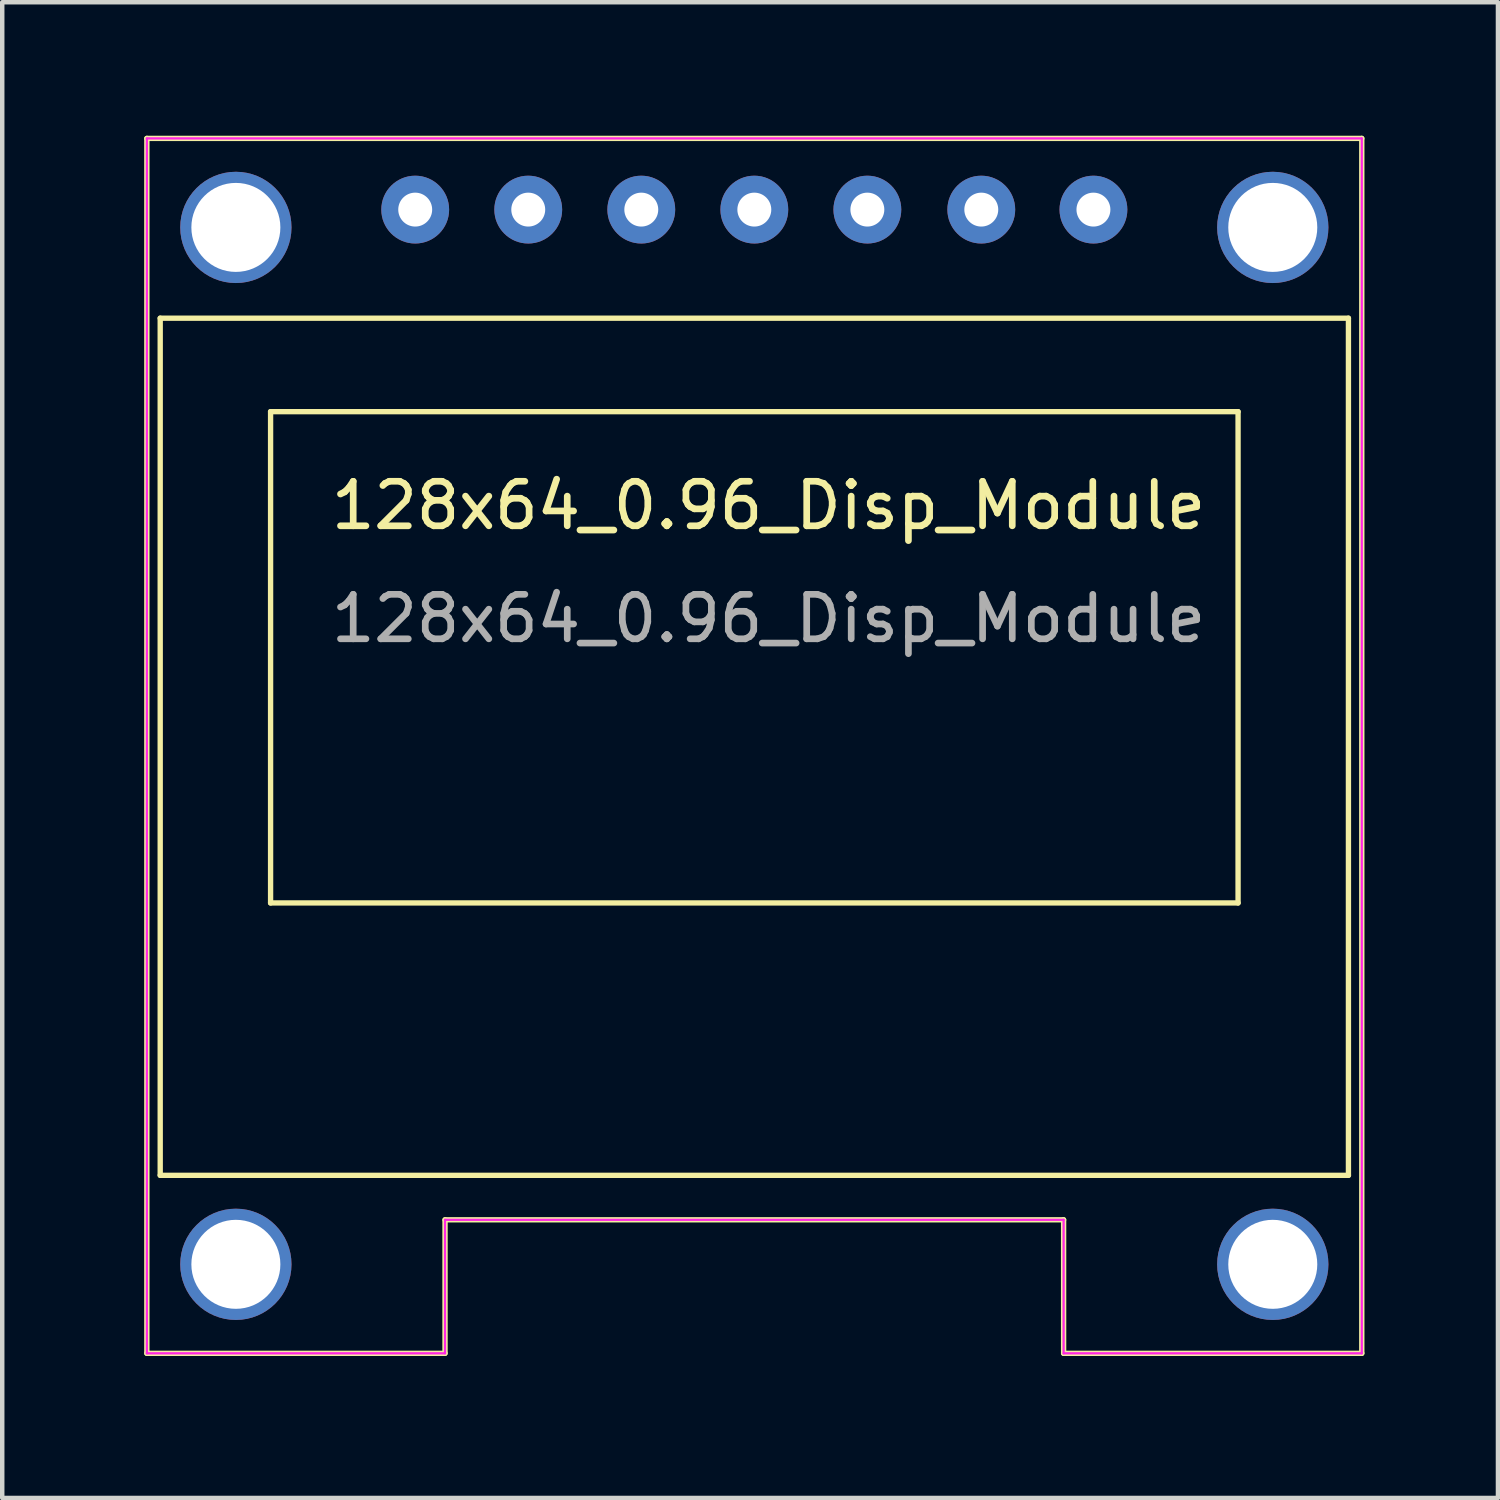
<source format=kicad_pcb>
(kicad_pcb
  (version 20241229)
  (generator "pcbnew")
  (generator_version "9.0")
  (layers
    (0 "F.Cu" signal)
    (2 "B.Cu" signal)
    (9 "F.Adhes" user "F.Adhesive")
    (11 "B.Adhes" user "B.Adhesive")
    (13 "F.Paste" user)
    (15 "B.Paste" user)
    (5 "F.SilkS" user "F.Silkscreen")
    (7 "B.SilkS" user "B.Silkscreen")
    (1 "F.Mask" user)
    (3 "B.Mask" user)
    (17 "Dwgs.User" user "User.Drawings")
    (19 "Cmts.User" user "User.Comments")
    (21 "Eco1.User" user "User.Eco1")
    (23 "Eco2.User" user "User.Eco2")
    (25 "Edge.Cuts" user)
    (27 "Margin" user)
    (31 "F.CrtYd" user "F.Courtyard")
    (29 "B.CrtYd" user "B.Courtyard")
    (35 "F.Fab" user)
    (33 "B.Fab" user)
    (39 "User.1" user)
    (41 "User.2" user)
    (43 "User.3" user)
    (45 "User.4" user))
  (footprint "128x64_0.96_Disp_Module"
    (layer "F.Cu")
    (at 0.25 27.36)
    (property "Reference" "128x64_0.96_Disp_Module" (at 13.97 -19.05 0) (unlocked yes) (layer "F.SilkS") (effects (font (size 1 1) (thickness 0.15))))
    (attr through_hole)
    (fp_line (start 0 -27.3) (end 0 0) (stroke (width 0.12) (type solid)) (layer "F.SilkS"))
    (fp_line (start 0 -27.3) (end 27.3 -27.3) (stroke (width 0.12) (type solid)) (layer "F.SilkS"))
    (fp_line (start 0 0) (end 6.7 0) (stroke (width 0.12) (type solid)) (layer "F.SilkS"))
    (fp_line (start 0.3 -23.26) (end 0.3 -4) (stroke (width 0.12) (type solid)) (layer "F.SilkS"))
    (fp_line (start 0.3 -23.26) (end 27 -23.26) (stroke (width 0.12) (type solid)) (layer "F.SilkS"))
    (fp_line (start 2.78 -10.12) (end 2.78 -21.16) (stroke (width 0.12) (type solid)) (layer "F.SilkS"))
    (fp_line (start 2.78 -10.12) (end 24.52 -10.12) (stroke (width 0.12) (type solid)) (layer "F.SilkS"))
    (fp_line (start 6.7 0) (end 6.7 -3) (stroke (width 0.12) (type solid)) (layer "F.SilkS"))
    (fp_line (start 20.6 -3) (end 6.7 -3) (stroke (width 0.12) (type solid)) (layer "F.SilkS"))
    (fp_line (start 20.6 0) (end 20.6 -3) (stroke (width 0.12) (type solid)) (layer "F.SilkS"))
    (fp_line (start 24.52 -21.16) (end 2.78 -21.16) (stroke (width 0.12) (type solid)) (layer "F.SilkS"))
    (fp_line (start 24.52 -10.12) (end 24.52 -21.16) (stroke (width 0.12) (type solid)) (layer "F.SilkS"))
    (fp_line (start 27 -23.26) (end 27 -4) (stroke (width 0.12) (type solid)) (layer "F.SilkS"))
    (fp_line (start 27 -4) (end 0.3 -4) (stroke (width 0.12) (type solid)) (layer "F.SilkS"))
    (fp_line (start 27.3 -27.3) (end 27.3 0) (stroke (width 0.12) (type solid)) (layer "F.SilkS"))
    (fp_line (start 27.3 0) (end 20.6 0) (stroke (width 0.12) (type solid)) (layer "F.SilkS"))
    (fp_line (start 0 -27.3) (end 27.3 -27.3) (stroke (width 0.05) (type solid)) (layer "F.CrtYd"))
    (fp_line (start 0 0) (end 0 -27.3) (stroke (width 0.05) (type solid)) (layer "F.CrtYd"))
    (fp_line (start 6.7 -3) (end 6.7 0) (stroke (width 0.05) (type solid)) (layer "F.CrtYd"))
    (fp_line (start 6.7 0) (end 0 0) (stroke (width 0.05) (type solid)) (layer "F.CrtYd"))
    (fp_line (start 20.6 -3) (end 6.7 -3) (stroke (width 0.05) (type solid)) (layer "F.CrtYd"))
    (fp_line (start 20.6 0) (end 20.6 -3) (stroke (width 0.05) (type solid)) (layer "F.CrtYd"))
    (fp_line (start 27.3 -27.3) (end 27.3 0) (stroke (width 0.05) (type solid)) (layer "F.CrtYd"))
    (fp_line (start 27.3 0) (end 20.6 0) (stroke (width 0.05) (type solid)) (layer "F.CrtYd"))
    (fp_text user "${REFERENCE}" (at 13.97 -16.51 0) (unlocked yes) (layer "F.Fab") (effects (font (size 1 1) (thickness 0.15))))
    (pad "1" thru_hole circle (at 6.03 -25.7) (size 1.524 1.524) (drill 0.762) (layers "*.Cu" "*.Mask"))
    (pad "2" thru_hole circle (at 8.57 -25.7) (size 1.524 1.524) (drill 0.762) (layers "*.Cu" "*.Mask"))
    (pad "3" thru_hole circle (at 11.11 -25.7) (size 1.524 1.524) (drill 0.762) (layers "*.Cu" "*.Mask"))
    (pad "4" thru_hole circle (at 13.65 -25.7) (size 1.524 1.524) (drill 0.762) (layers "*.Cu" "*.Mask"))
    (pad "5" thru_hole circle (at 16.19 -25.7) (size 1.524 1.524) (drill 0.762) (layers "*.Cu" "*.Mask"))
    (pad "6" thru_hole circle (at 18.75 -25.7) (size 1.524 1.524) (drill 0.762) (layers "*.Cu" "*.Mask"))
    (pad "7" thru_hole circle (at 21.27 -25.7) (size 1.524 1.524) (drill 0.762) (layers "*.Cu" "*.Mask"))
    (pad "8" thru_hole circle (at 2 -25.3) (size 2.5 2.5) (drill 2) (layers "*.Cu" "*.Mask"))
    (pad "8" thru_hole circle (at 2 -2) (size 2.5 2.5) (drill 2) (layers "*.Cu" "*.Mask"))
    (pad "8" thru_hole circle (at 25.3 -25.3) (size 2.5 2.5) (drill 2) (layers "*.Cu" "*.Mask"))
    (pad "8" thru_hole circle (at 25.3 -2) (size 2.5 2.5) (drill 2) (layers "*.Cu" "*.Mask")))
  (gr_rect
    (start -3 -3)
    (end 30.61 30.61)
    (stroke (width 0.1) (type default))
    (fill no)
    (layer "Edge.Cuts")))
</source>
